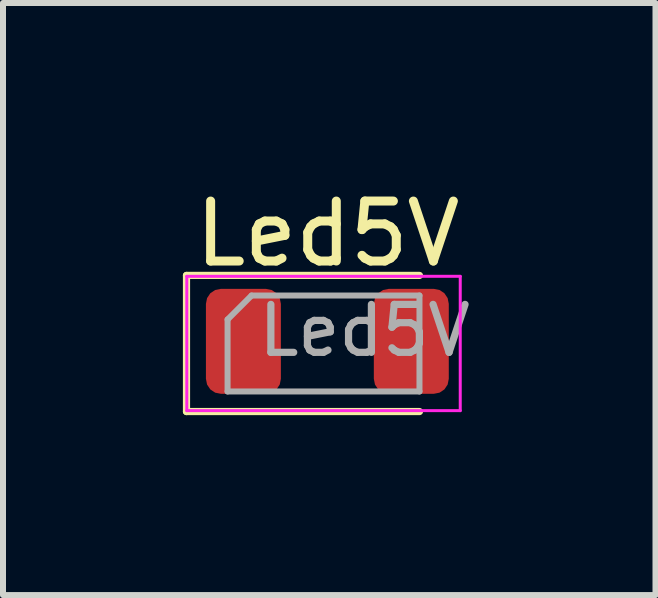
<source format=kicad_pcb>
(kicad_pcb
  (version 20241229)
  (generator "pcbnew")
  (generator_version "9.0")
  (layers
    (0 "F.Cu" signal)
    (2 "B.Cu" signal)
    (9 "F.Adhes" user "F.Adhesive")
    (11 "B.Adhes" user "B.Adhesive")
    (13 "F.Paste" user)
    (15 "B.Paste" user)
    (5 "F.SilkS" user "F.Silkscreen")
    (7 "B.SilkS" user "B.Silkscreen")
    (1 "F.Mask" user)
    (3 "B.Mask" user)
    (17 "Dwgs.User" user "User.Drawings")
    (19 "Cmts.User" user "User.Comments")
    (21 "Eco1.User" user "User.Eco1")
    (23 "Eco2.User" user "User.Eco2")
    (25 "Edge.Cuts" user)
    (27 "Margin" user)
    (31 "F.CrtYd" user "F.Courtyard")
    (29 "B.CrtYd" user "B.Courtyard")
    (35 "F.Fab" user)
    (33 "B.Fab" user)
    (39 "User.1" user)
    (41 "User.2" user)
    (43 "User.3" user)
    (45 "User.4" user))
  (footprint "Led5V"
    (layer "F.Cu")
    (at 1.495 0.788)
    (property "Reference" "Led5V" (at 0.92 0.06 0) (layer "F.SilkS") (effects (font (size 1 1) (thickness 0.15))))
    (attr through_hole)
    (fp_line (start -1.435 0.755) (end -1.435 3.025) (stroke (width 0.12) (type solid)) (layer "F.SilkS"))
    (fp_line (start -1.435 3.025) (end 2.45 3.025) (stroke (width 0.12) (type solid)) (layer "F.SilkS"))
    (fp_line (start 2.45 0.755) (end -1.435 0.755) (stroke (width 0.12) (type solid)) (layer "F.SilkS"))
    (fp_line (start -1.43 0.77) (end 3.13 0.77) (stroke (width 0.05) (type solid)) (layer "F.CrtYd"))
    (fp_line (start -1.43 3.01) (end -1.43 0.77) (stroke (width 0.05) (type solid)) (layer "F.CrtYd"))
    (fp_line (start 3.13 0.77) (end 3.13 3.01) (stroke (width 0.05) (type solid)) (layer "F.CrtYd"))
    (fp_line (start 3.13 3.01) (end -1.43 3.01) (stroke (width 0.05) (type solid)) (layer "F.CrtYd"))
    (fp_line (start -0.75 1.49) (end -0.75 2.69) (stroke (width 0.1) (type solid)) (layer "F.Fab"))
    (fp_line (start -0.75 2.69) (end 2.45 2.69) (stroke (width 0.1) (type solid)) (layer "F.Fab"))
    (fp_line (start -0.35 1.09) (end -0.75 1.49) (stroke (width 0.1) (type solid)) (layer "F.Fab"))
    (fp_line (start 2.45 1.09) (end -0.35 1.09) (stroke (width 0.1) (type solid)) (layer "F.Fab"))
    (fp_line (start 2.45 2.69) (end 2.45 1.09) (stroke (width 0.1) (type solid)) (layer "F.Fab"))
    (fp_text user "${REFERENCE}" (at 1.534 1.674 0) (layer "F.Fab") (effects (font (size 0.8 0.8) (thickness 0.12))))
    (pad "1" smd roundrect (at -0.486 1.854) (size 1.25 1.75) (layers "F.Cu" "F.Mask" "F.Paste") (roundrect_rratio 0.2))
    (pad "2" smd roundrect (at 2.314 1.854) (size 1.25 1.75) (layers "F.Cu" "F.Mask" "F.Paste") (roundrect_rratio 0.2)))
  (gr_rect
    (start -3 -3)
    (end 7.881 6.873)
    (stroke (width 0.1) (type default))
    (fill no)
    (layer "Edge.Cuts")))
</source>
